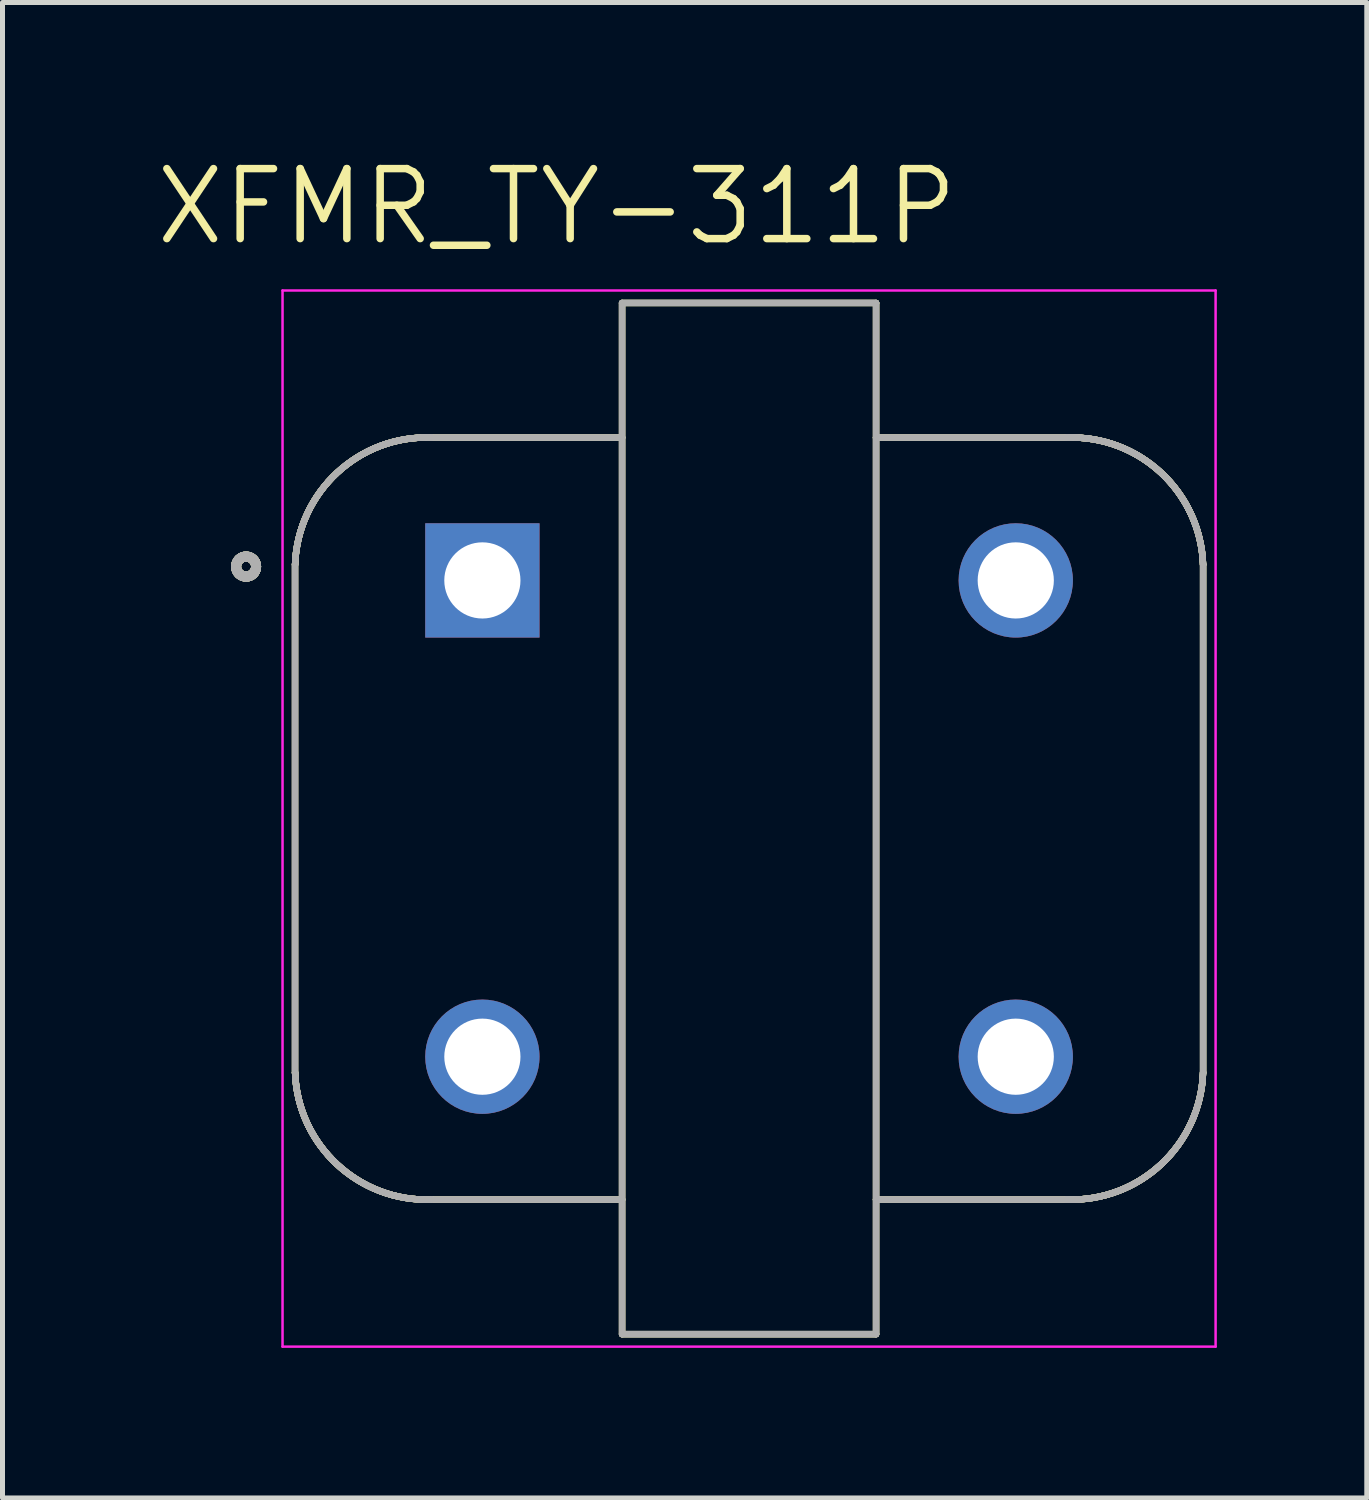
<source format=kicad_pcb>
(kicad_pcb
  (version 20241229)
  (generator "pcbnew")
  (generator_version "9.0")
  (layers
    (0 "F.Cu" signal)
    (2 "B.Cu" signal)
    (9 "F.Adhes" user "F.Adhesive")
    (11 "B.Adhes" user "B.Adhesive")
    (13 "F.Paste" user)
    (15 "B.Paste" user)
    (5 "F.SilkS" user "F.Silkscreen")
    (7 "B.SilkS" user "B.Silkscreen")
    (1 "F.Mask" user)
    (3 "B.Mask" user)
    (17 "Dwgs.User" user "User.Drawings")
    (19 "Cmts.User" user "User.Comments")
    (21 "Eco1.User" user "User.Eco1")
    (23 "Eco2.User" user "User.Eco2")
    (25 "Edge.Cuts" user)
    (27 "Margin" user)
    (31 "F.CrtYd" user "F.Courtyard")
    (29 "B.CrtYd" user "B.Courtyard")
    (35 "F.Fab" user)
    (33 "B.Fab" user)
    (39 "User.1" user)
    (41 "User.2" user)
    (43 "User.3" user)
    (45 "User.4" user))
  (footprint "XFMR_TY-311P"
    (layer "F.Cu")
    (at 11.932 13.322)
    (property "Reference" "XFMR_TY-311P" (at -3.845 -12.24 0) (layer "F.SilkS") (effects (font (size 1.4 1.4) (thickness 0.15))))
    (attr through_hole)
    (fp_line (start -9.081 -5.08) (end -9.081 5.08) (stroke (width 0.127) (type solid)) (layer "F.SilkS"))
    (fp_line (start -9.081 -5.08) (end -9.081 5.08) (stroke (width 0.127) (type solid)) (layer "F.SilkS"))
    (fp_line (start -2.54 -10.312) (end 2.54 -10.312) (stroke (width 0.127) (type solid)) (layer "F.SilkS"))
    (fp_line (start -2.54 -10.312) (end 2.54 -10.312) (stroke (width 0.127) (type solid)) (layer "F.SilkS"))
    (fp_line (start -2.54 -7.62) (end -6.35 -7.62) (stroke (width 0.127) (type solid)) (layer "F.SilkS"))
    (fp_line (start -2.54 -7.62) (end -6.35 -7.62) (stroke (width 0.127) (type solid)) (layer "F.SilkS"))
    (fp_line (start -2.54 -7.62) (end -2.54 -10.312) (stroke (width 0.127) (type solid)) (layer "F.SilkS"))
    (fp_line (start -2.54 -7.62) (end -2.54 -10.312) (stroke (width 0.127) (type solid)) (layer "F.SilkS"))
    (fp_line (start -2.54 7.62) (end -6.35 7.62) (stroke (width 0.127) (type solid)) (layer "F.SilkS"))
    (fp_line (start -2.54 7.62) (end -6.35 7.62) (stroke (width 0.127) (type solid)) (layer "F.SilkS"))
    (fp_line (start -2.54 7.62) (end -2.54 -7.62) (stroke (width 0.127) (type solid)) (layer "F.SilkS"))
    (fp_line (start -2.54 7.62) (end -2.54 -7.62) (stroke (width 0.127) (type solid)) (layer "F.SilkS"))
    (fp_line (start -2.54 10.312) (end -2.54 7.62) (stroke (width 0.127) (type solid)) (layer "F.SilkS"))
    (fp_line (start -2.54 10.312) (end -2.54 7.62) (stroke (width 0.127) (type solid)) (layer "F.SilkS"))
    (fp_line (start 2.54 -10.312) (end 2.54 -7.62) (stroke (width 0.127) (type solid)) (layer "F.SilkS"))
    (fp_line (start 2.54 -10.312) (end 2.54 -7.62) (stroke (width 0.127) (type solid)) (layer "F.SilkS"))
    (fp_line (start 2.54 -7.62) (end 2.54 7.62) (stroke (width 0.127) (type solid)) (layer "F.SilkS"))
    (fp_line (start 2.54 -7.62) (end 2.54 7.62) (stroke (width 0.127) (type solid)) (layer "F.SilkS"))
    (fp_line (start 2.54 -7.62) (end 6.35 -7.62) (stroke (width 0.127) (type solid)) (layer "F.SilkS"))
    (fp_line (start 2.54 -7.62) (end 6.35 -7.62) (stroke (width 0.127) (type solid)) (layer "F.SilkS"))
    (fp_line (start 2.54 7.62) (end 2.54 10.312) (stroke (width 0.127) (type solid)) (layer "F.SilkS"))
    (fp_line (start 2.54 7.62) (end 2.54 10.312) (stroke (width 0.127) (type solid)) (layer "F.SilkS"))
    (fp_line (start 2.54 7.62) (end 6.35 7.62) (stroke (width 0.127) (type solid)) (layer "F.SilkS"))
    (fp_line (start 2.54 7.62) (end 6.35 7.62) (stroke (width 0.127) (type solid)) (layer "F.SilkS"))
    (fp_line (start 2.54 10.312) (end -2.54 10.312) (stroke (width 0.127) (type solid)) (layer "F.SilkS"))
    (fp_line (start 2.54 10.312) (end -2.54 10.312) (stroke (width 0.127) (type solid)) (layer "F.SilkS"))
    (fp_line (start 9.081 5.08) (end 9.081 -5.08) (stroke (width 0.127) (type solid)) (layer "F.SilkS"))
    (fp_line (start 9.081 5.08) (end 9.081 -5.08) (stroke (width 0.127) (type solid)) (layer "F.SilkS"))
    (fp_arc (start -9.0805 -5.08) (mid -8.241301 -6.915505) (end -6.35 -7.62) (stroke (width 0.127) (type solid)) (layer "F.SilkS"))
    (fp_arc (start -9.0805 -5.08) (mid -8.241301 -6.915505) (end -6.35 -7.62) (stroke (width 0.127) (type solid)) (layer "F.SilkS"))
    (fp_arc (start -9.0805 -5.08) (mid -8.241301 -6.915505) (end -6.35 -7.62) (stroke (width 0.127) (type solid)) (layer "F.SilkS"))
    (fp_arc (start -9.0805 -5.08) (mid -8.241301 -6.915505) (end -6.35 -7.62) (stroke (width 0.127) (type solid)) (layer "F.SilkS"))
    (fp_arc (start -6.35 7.62) (mid -8.241301 6.915505) (end -9.0805 5.08) (stroke (width 0.127) (type solid)) (layer "F.SilkS"))
    (fp_arc (start -6.35 7.62) (mid -8.241301 6.915505) (end -9.0805 5.08) (stroke (width 0.127) (type solid)) (layer "F.SilkS"))
    (fp_arc (start -6.35 7.62) (mid -8.241301 6.915505) (end -9.0805 5.08) (stroke (width 0.127) (type solid)) (layer "F.SilkS"))
    (fp_arc (start -6.35 7.62) (mid -8.241301 6.915505) (end -9.0805 5.08) (stroke (width 0.127) (type solid)) (layer "F.SilkS"))
    (fp_arc (start 6.35 -7.62) (mid 8.241301 -6.915505) (end 9.0805 -5.08) (stroke (width 0.127) (type solid)) (layer "F.SilkS"))
    (fp_arc (start 6.35 -7.62) (mid 8.241301 -6.915505) (end 9.0805 -5.08) (stroke (width 0.127) (type solid)) (layer "F.SilkS"))
    (fp_arc (start 6.35 -7.62) (mid 8.241301 -6.915505) (end 9.0805 -5.08) (stroke (width 0.127) (type solid)) (layer "F.SilkS"))
    (fp_arc (start 6.35 -7.62) (mid 8.241301 -6.915505) (end 9.0805 -5.08) (stroke (width 0.127) (type solid)) (layer "F.SilkS"))
    (fp_arc (start 9.0805 5.08) (mid 8.241301 6.915505) (end 6.35 7.62) (stroke (width 0.127) (type solid)) (layer "F.SilkS"))
    (fp_arc (start 9.0805 5.08) (mid 8.241301 6.915505) (end 6.35 7.62) (stroke (width 0.127) (type solid)) (layer "F.SilkS"))
    (fp_arc (start 9.0805 5.08) (mid 8.241301 6.915505) (end 6.35 7.62) (stroke (width 0.127) (type solid)) (layer "F.SilkS"))
    (fp_arc (start 9.0805 5.08) (mid 8.241301 6.915505) (end 6.35 7.62) (stroke (width 0.127) (type solid)) (layer "F.SilkS"))
    (fp_circle (center -10.06 -5.04) (end -9.86 -5.04) (stroke (width 0.2) (type solid)) (fill no) (layer "F.SilkS"))
    (fp_circle (center -10.06 -5.04) (end -9.86 -5.04) (stroke (width 0.2) (type solid)) (fill no) (layer "F.SilkS"))
    (fp_circle (center -10.06 -5.04) (end -9.86 -5.04) (stroke (width 0.2) (type solid)) (fill no) (layer "F.SilkS"))
    (fp_circle (center -10.06 -5.04) (end -9.86 -5.04) (stroke (width 0.2) (type solid)) (fill no) (layer "F.SilkS"))
    (fp_line (start -9.331 -10.562) (end 9.331 -10.562) (stroke (width 0.05) (type solid)) (layer "F.CrtYd"))
    (fp_line (start -9.331 10.562) (end -9.331 -10.562) (stroke (width 0.05) (type solid)) (layer "F.CrtYd"))
    (fp_line (start 9.331 -10.562) (end 9.331 10.562) (stroke (width 0.05) (type solid)) (layer "F.CrtYd"))
    (fp_line (start 9.331 10.562) (end -9.331 10.562) (stroke (width 0.05) (type solid)) (layer "F.CrtYd"))
    (fp_line (start -9.081 -5.08) (end -9.081 5.08) (stroke (width 0.127) (type solid)) (layer "F.Fab"))
    (fp_line (start -9.081 -5.08) (end -9.081 5.08) (stroke (width 0.127) (type solid)) (layer "F.Fab"))
    (fp_line (start -2.54 -10.312) (end 2.54 -10.312) (stroke (width 0.127) (type solid)) (layer "F.Fab"))
    (fp_line (start -2.54 -10.312) (end 2.54 -10.312) (stroke (width 0.127) (type solid)) (layer "F.Fab"))
    (fp_line (start -2.54 -7.62) (end -6.35 -7.62) (stroke (width 0.127) (type solid)) (layer "F.Fab"))
    (fp_line (start -2.54 -7.62) (end -6.35 -7.62) (stroke (width 0.127) (type solid)) (layer "F.Fab"))
    (fp_line (start -2.54 -7.62) (end -2.54 -10.312) (stroke (width 0.127) (type solid)) (layer "F.Fab"))
    (fp_line (start -2.54 -7.62) (end -2.54 -10.312) (stroke (width 0.127) (type solid)) (layer "F.Fab"))
    (fp_line (start -2.54 7.62) (end -6.35 7.62) (stroke (width 0.127) (type solid)) (layer "F.Fab"))
    (fp_line (start -2.54 7.62) (end -6.35 7.62) (stroke (width 0.127) (type solid)) (layer "F.Fab"))
    (fp_line (start -2.54 7.62) (end -2.54 -7.62) (stroke (width 0.127) (type solid)) (layer "F.Fab"))
    (fp_line (start -2.54 7.62) (end -2.54 -7.62) (stroke (width 0.127) (type solid)) (layer "F.Fab"))
    (fp_line (start -2.54 10.312) (end -2.54 7.62) (stroke (width 0.127) (type solid)) (layer "F.Fab"))
    (fp_line (start -2.54 10.312) (end -2.54 7.62) (stroke (width 0.127) (type solid)) (layer "F.Fab"))
    (fp_line (start 2.54 -10.312) (end 2.54 -7.62) (stroke (width 0.127) (type solid)) (layer "F.Fab"))
    (fp_line (start 2.54 -10.312) (end 2.54 -7.62) (stroke (width 0.127) (type solid)) (layer "F.Fab"))
    (fp_line (start 2.54 -7.62) (end 2.54 7.62) (stroke (width 0.127) (type solid)) (layer "F.Fab"))
    (fp_line (start 2.54 -7.62) (end 2.54 7.62) (stroke (width 0.127) (type solid)) (layer "F.Fab"))
    (fp_line (start 2.54 -7.62) (end 6.35 -7.62) (stroke (width 0.127) (type solid)) (layer "F.Fab"))
    (fp_line (start 2.54 -7.62) (end 6.35 -7.62) (stroke (width 0.127) (type solid)) (layer "F.Fab"))
    (fp_line (start 2.54 7.62) (end 2.54 10.312) (stroke (width 0.127) (type solid)) (layer "F.Fab"))
    (fp_line (start 2.54 7.62) (end 2.54 10.312) (stroke (width 0.127) (type solid)) (layer "F.Fab"))
    (fp_line (start 2.54 7.62) (end 6.35 7.62) (stroke (width 0.127) (type solid)) (layer "F.Fab"))
    (fp_line (start 2.54 7.62) (end 6.35 7.62) (stroke (width 0.127) (type solid)) (layer "F.Fab"))
    (fp_line (start 2.54 10.312) (end -2.54 10.312) (stroke (width 0.127) (type solid)) (layer "F.Fab"))
    (fp_line (start 2.54 10.312) (end -2.54 10.312) (stroke (width 0.127) (type solid)) (layer "F.Fab"))
    (fp_line (start 9.081 5.08) (end 9.081 -5.08) (stroke (width 0.127) (type solid)) (layer "F.Fab"))
    (fp_line (start 9.081 5.08) (end 9.081 -5.08) (stroke (width 0.127) (type solid)) (layer "F.Fab"))
    (fp_arc (start -9.0805 -5.08) (mid -8.241301 -6.915505) (end -6.35 -7.62) (stroke (width 0.127) (type solid)) (layer "F.Fab"))
    (fp_arc (start -9.0805 -5.08) (mid -8.241301 -6.915505) (end -6.35 -7.62) (stroke (width 0.127) (type solid)) (layer "F.Fab"))
    (fp_arc (start -9.0805 -5.08) (mid -8.241301 -6.915505) (end -6.35 -7.62) (stroke (width 0.127) (type solid)) (layer "F.Fab"))
    (fp_arc (start -9.0805 -5.08) (mid -8.241301 -6.915505) (end -6.35 -7.62) (stroke (width 0.127) (type solid)) (layer "F.Fab"))
    (fp_arc (start -6.35 7.62) (mid -8.241301 6.915505) (end -9.0805 5.08) (stroke (width 0.127) (type solid)) (layer "F.Fab"))
    (fp_arc (start -6.35 7.62) (mid -8.241301 6.915505) (end -9.0805 5.08) (stroke (width 0.127) (type solid)) (layer "F.Fab"))
    (fp_arc (start -6.35 7.62) (mid -8.241301 6.915505) (end -9.0805 5.08) (stroke (width 0.127) (type solid)) (layer "F.Fab"))
    (fp_arc (start -6.35 7.62) (mid -8.241301 6.915505) (end -9.0805 5.08) (stroke (width 0.127) (type solid)) (layer "F.Fab"))
    (fp_arc (start 6.35 -7.62) (mid 8.241301 -6.915505) (end 9.0805 -5.08) (stroke (width 0.127) (type solid)) (layer "F.Fab"))
    (fp_arc (start 6.35 -7.62) (mid 8.241301 -6.915505) (end 9.0805 -5.08) (stroke (width 0.127) (type solid)) (layer "F.Fab"))
    (fp_arc (start 6.35 -7.62) (mid 8.241301 -6.915505) (end 9.0805 -5.08) (stroke (width 0.127) (type solid)) (layer "F.Fab"))
    (fp_arc (start 6.35 -7.62) (mid 8.241301 -6.915505) (end 9.0805 -5.08) (stroke (width 0.127) (type solid)) (layer "F.Fab"))
    (fp_arc (start 9.0805 5.08) (mid 8.241301 6.915505) (end 6.35 7.62) (stroke (width 0.127) (type solid)) (layer "F.Fab"))
    (fp_arc (start 9.0805 5.08) (mid 8.241301 6.915505) (end 6.35 7.62) (stroke (width 0.127) (type solid)) (layer "F.Fab"))
    (fp_arc (start 9.0805 5.08) (mid 8.241301 6.915505) (end 6.35 7.62) (stroke (width 0.127) (type solid)) (layer "F.Fab"))
    (fp_arc (start 9.0805 5.08) (mid 8.241301 6.915505) (end 6.35 7.62) (stroke (width 0.127) (type solid)) (layer "F.Fab"))
    (fp_circle (center -10.06 -5.04) (end -9.86 -5.04) (stroke (width 0.2) (type solid)) (fill no) (layer "F.Fab"))
    (fp_circle (center -10.06 -5.04) (end -9.86 -5.04) (stroke (width 0.2) (type solid)) (fill no) (layer "F.Fab"))
    (fp_circle (center -10.06 -5.04) (end -9.86 -5.04) (stroke (width 0.2) (type solid)) (fill no) (layer "F.Fab"))
    (fp_circle (center -10.06 -5.04) (end -9.86 -5.04) (stroke (width 0.2) (type solid)) (fill no) (layer "F.Fab"))
    (pad "1" thru_hole rect (at -5.334 -4.763) (size 2.286 2.286) (drill 1.524) (layers "*.Cu" "*.Mask"))
    (pad "3" thru_hole circle (at -5.334 4.763) (size 2.286 2.286) (drill 1.524) (layers "*.Cu" "*.Mask"))
    (pad "4" thru_hole circle (at 5.334 4.763) (size 2.286 2.286) (drill 1.524) (layers "*.Cu" "*.Mask"))
    (pad "6" thru_hole circle (at 5.334 -4.763) (size 2.286 2.286) (drill 1.524) (layers "*.Cu" "*.Mask")))
  (gr_rect
    (start -3 -3)
    (end 24.287 26.91)
    (stroke (width 0.1) (type default))
    (fill no)
    (layer "Edge.Cuts")))
</source>
